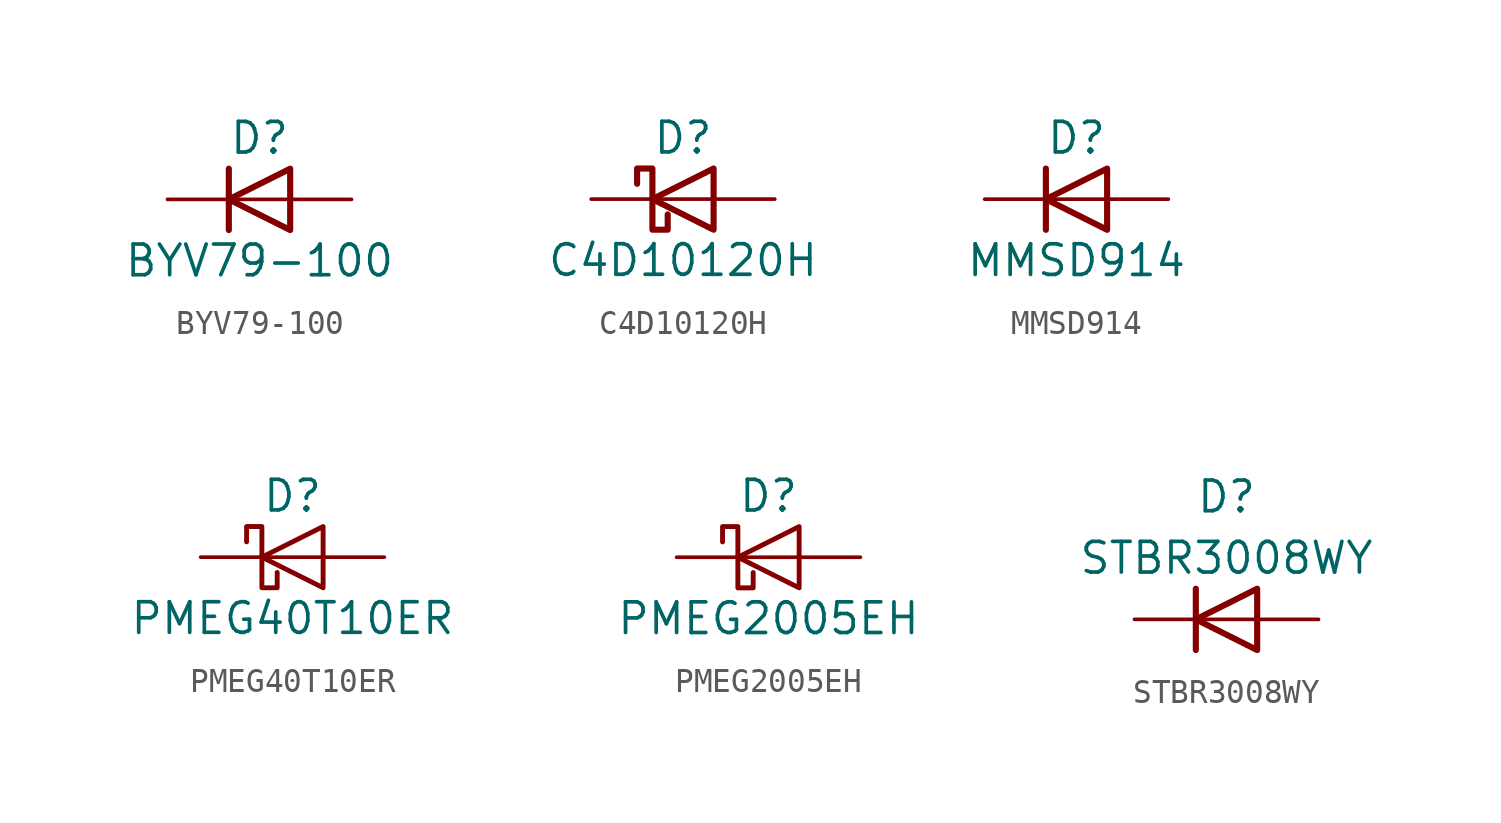
<source format=kicad_sym>
(kicad_symbol_lib
  (version 20211014)
  (generator kicad_symbol_editor)
  (symbol "BYV79-100"
    (pin_numbers hide)
    (pin_names
      (offset 1.016) hide)
    (property "Reference" "D"
      (at 0 2.54 0)
      (effects (font (size 1.27 1.27))))
    (property "Value" "BYV79-100"
      (at 0 -2.54 0)
      (effects (font (size 1.27 1.27))))
    (symbol "BYV79-100_0_1"
      (polyline (pts (xy -1.27 1.27) (xy -1.27 -1.27)) (stroke (width 0.254) (type default) (color 0 0 0 0)) (fill (type none)))
      (polyline (pts (xy 1.27 0) (xy -1.27 0)) (stroke (width 0) (type default) (color 0 0 0 0)) (fill (type none)))
      (polyline (pts (xy 1.27 1.27) (xy 1.27 -1.27) (xy -1.27 0) (xy 1.27 1.27)) (stroke (width 0.254) (type default) (color 0 0 0 0)) (fill (type none))))
    (symbol "BYV79-100_1_1"
      (pin passive line (at -3.81 0 0) (length 2.54) (name "K" (effects (font (size 1.27 1.27)))) (number "1" (effects (font (size 1.27 1.27)))))
      (pin passive line (at 3.81 0 180) (length 2.54) (name "A" (effects (font (size 1.27 1.27)))) (number "2" (effects (font (size 1.27 1.27)))))))
  (symbol "C4D10120H"
    (pin_numbers hide)
    (pin_names
      (offset 1.016) hide)
    (property "Reference" "D"
      (at 0 2.54 0)
      (effects (font (size 1.27 1.27))))
    (property "Value" "C4D10120H"
      (at 0 -2.54 0)
      (effects (font (size 1.27 1.27))))
    (symbol "C4D10120H_0_1"
      (polyline (pts (xy 1.27 0) (xy -1.27 0)) (stroke (width 0) (type default) (color 0 0 0 0)) (fill (type none)))
      (polyline (pts (xy 1.27 1.27) (xy 1.27 -1.27) (xy -1.27 0) (xy 1.27 1.27)) (stroke (width 0.254) (type default) (color 0 0 0 0)) (fill (type none)))
      (polyline (pts (xy -1.905 0.635) (xy -1.905 1.27) (xy -1.27 1.27) (xy -1.27 -1.27) (xy -0.635 -1.27) (xy -0.635 -0.635)) (stroke (width 0.254) (type default) (color 0 0 0 0)) (fill (type none))))
    (symbol "C4D10120H_1_1"
      (pin passive line (at -3.81 0 0) (length 2.54) (name "K" (effects (font (size 1.27 1.27)))) (number "1" (effects (font (size 1.27 1.27)))))
      (pin passive line (at 3.81 0 180) (length 2.54) (name "A" (effects (font (size 1.27 1.27)))) (number "2" (effects (font (size 1.27 1.27)))))))
  (symbol "MMSD914"
    (pin_numbers hide)
    (pin_names
      (offset 1.016) hide)
    (property "Reference" "D"
      (at 0 2.54 0)
      (effects (font (size 1.27 1.27))))
    (property "Value" "MMSD914"
      (at 0 -2.54 0)
      (effects (font (size 1.27 1.27))))
    (symbol "MMSD914_0_1"
      (polyline (pts (xy -1.27 1.27) (xy -1.27 -1.27)) (stroke (width 0.254) (type default) (color 0 0 0 0)) (fill (type none)))
      (polyline (pts (xy 1.27 0) (xy -1.27 0)) (stroke (width 0) (type default) (color 0 0 0 0)) (fill (type none)))
      (polyline (pts (xy 1.27 1.27) (xy 1.27 -1.27) (xy -1.27 0) (xy 1.27 1.27)) (stroke (width 0.254) (type default) (color 0 0 0 0)) (fill (type none))))
    (symbol "MMSD914_1_1"
      (pin passive line (at -3.81 0 0) (length 2.54) (name "K" (effects (font (size 1.27 1.27)))) (number "1" (effects (font (size 1.27 1.27)))))
      (pin passive line (at 3.81 0 180) (length 2.54) (name "A" (effects (font (size 1.27 1.27)))) (number "2" (effects (font (size 1.27 1.27)))))))
  (symbol "PMEG40T10ER"
    (pin_numbers hide)
    (pin_names hide)
    (property "Reference" "D"
      (at 0 2.54 0)
      (effects (font (size 1.27 1.27))))
    (property "Value" "PMEG40T10ER"
      (at 0 -2.54 0)
      (effects (font (size 1.27 1.27))))
    (symbol "PMEG40T10ER_0_1"
      (polyline (pts (xy 1.27 0) (xy -1.27 0)) (stroke (width 0) (type default) (color 0 0 0 0)) (fill (type none)))
      (polyline (pts (xy 1.27 1.27) (xy 1.27 -1.27) (xy -1.27 0) (xy 1.27 1.27)) (stroke (width 0.203) (type default) (color 0 0 0 0)) (fill (type none)))
      (polyline (pts (xy -1.905 0.635) (xy -1.905 1.27) (xy -1.27 1.27) (xy -1.27 -1.27) (xy -0.635 -1.27) (xy -0.635 -0.635)) (stroke (width 0.203) (type default) (color 0 0 0 0)) (fill (type none))))
    (symbol "PMEG40T10ER_1_1"
      (pin passive line (at -3.81 0 0) (length 2.54) (name "K" (effects (font (size 1.27 1.27)))) (number "1" (effects (font (size 1.27 1.27)))))
      (pin passive line (at 3.81 0 180) (length 2.54) (name "A" (effects (font (size 1.27 1.27)))) (number "2" (effects (font (size 1.27 1.27)))))))
  (symbol "PMEG2005EH"
    (pin_numbers hide)
    (pin_names hide)
    (property "Reference" "D"
      (at 0 2.54 0)
      (effects (font (size 1.27 1.27))))
    (property "Value" "PMEG2005EH"
      (at 0 -2.54 0)
      (effects (font (size 1.27 1.27))))
    (symbol "PMEG2005EH_0_1"
      (polyline (pts (xy 1.27 0) (xy -1.27 0)) (stroke (width 0) (type default) (color 0 0 0 0)) (fill (type none)))
      (polyline (pts (xy 1.27 1.27) (xy 1.27 -1.27) (xy -1.27 0) (xy 1.27 1.27)) (stroke (width 0.203) (type default) (color 0 0 0 0)) (fill (type none)))
      (polyline (pts (xy -1.905 0.635) (xy -1.905 1.27) (xy -1.27 1.27) (xy -1.27 -1.27) (xy -0.635 -1.27) (xy -0.635 -0.635)) (stroke (width 0.203) (type default) (color 0 0 0 0)) (fill (type none))))
    (symbol "PMEG2005EH_1_1"
      (pin passive line (at -3.81 0 0) (length 2.54) (name "K" (effects (font (size 1.27 1.27)))) (number "1" (effects (font (size 1.27 1.27)))))
      (pin passive line (at 3.81 0 180) (length 2.54) (name "A" (effects (font (size 1.27 1.27)))) (number "2" (effects (font (size 1.27 1.27)))))))
  (symbol "STBR3008WY"
    (pin_numbers hide)
    (pin_names
      (offset 1.016) hide)
    (property "Reference" "D"
      (at 0 5.08 0)
      (effects (font (size 1.27 1.27))))
    (property "Value" "STBR3008WY"
      (at 0 2.54 0)
      (effects (font (size 1.27 1.27))))
    (symbol "STBR3008WY_1_1"
      (polyline (pts (xy -1.27 1.27) (xy -1.27 -1.27)) (stroke (width 0.254) (type default) (color 0 0 0 0)) (fill (type none)))
      (polyline (pts (xy 1.27 0) (xy -1.27 0)) (stroke (width 0) (type default) (color 0 0 0 0)) (fill (type none)))
      (polyline (pts (xy 1.27 1.27) (xy 1.27 -1.27) (xy -1.27 0) (xy 1.27 1.27)) (stroke (width 0.254) (type default) (color 0 0 0 0)) (fill (type none)))
      (pin passive line (at -3.81 0 0) (length 2.54) (name "K" (effects (font (size 1.27 1.27)))) (number "1" (effects (font (size 1.27 1.27)))))
      (pin passive line (at 3.81 0 180) (length 2.54) (name "A" (effects (font (size 1.27 1.27)))) (number "2" (effects (font (size 1.27 1.27))))))))
</source>
